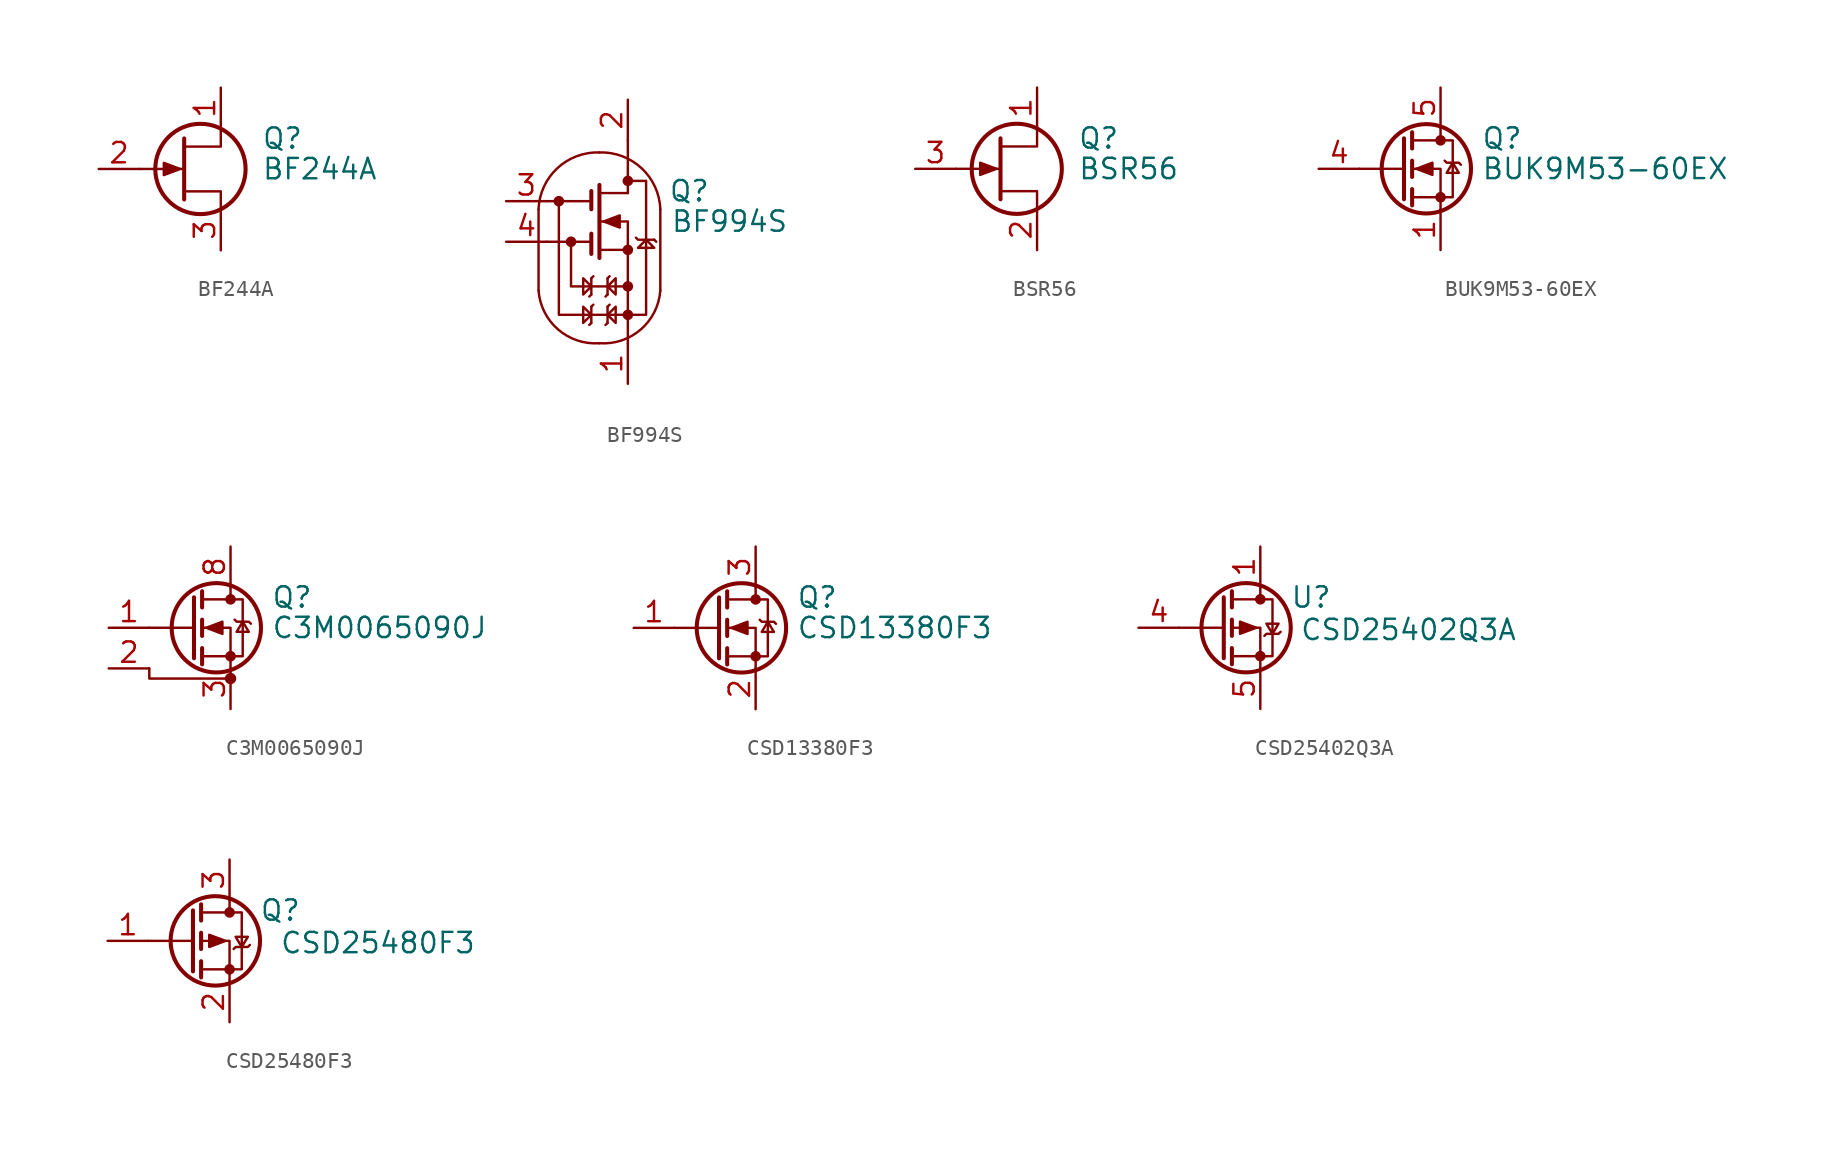
<source format=kicad_sym>
(kicad_symbol_lib
  (version 20231120)
  (generator "kicad_symbol_editor")
  (generator_version "8.0")
  (symbol "BF244A"
    (pin_names hide)
    (property "Reference" "Q"
      (at 5.08 1.905 0)
      (effects (font (size 1.27 1.27)) (justify left)))
    (property "Value" "BF244A"
      (at 5.08 0 0)
      (effects (font (size 1.27 1.27)) (justify left)))
    (symbol "BF244A_0_1"
      (polyline (pts (xy 0.254 0) (xy -2.54 0)) (stroke (width 0) (type default)) (fill (type none)))
      (polyline (pts (xy 0.254 1.905) (xy 0.254 -1.905)) (stroke (width 0.254) (type default)) (fill (type none)))
      (polyline (pts (xy 2.54 -2.54) (xy 2.54 -1.397) (xy 0.254 -1.397)) (stroke (width 0) (type default)) (fill (type none)))
      (polyline (pts (xy 2.54 2.54) (xy 2.54 1.397) (xy 0.254 1.397)) (stroke (width 0) (type default)) (fill (type none)))
      (polyline (pts (xy 0 0) (xy -1.016 0.381) (xy -1.016 -0.381) (xy 0 0)) (stroke (width 0) (type default)) (fill (type outline)))
      (circle (center 1.27 0) (radius 2.819) (stroke (width 0.254) (type default)) (fill (type none))))
    (symbol "BF244A_1_1"
      (pin passive line (at 2.54 5.08 270) (length 2.54) (name "D" (effects (font (size 1.27 1.27)))) (number "1" (effects (font (size 1.27 1.27)))))
      (pin input line (at -5.08 0 0) (length 2.54) (name "G" (effects (font (size 1.27 1.27)))) (number "2" (effects (font (size 1.27 1.27)))))
      (pin passive line (at 2.54 -5.08 90) (length 2.54) (name "S" (effects (font (size 1.27 1.27)))) (number "3" (effects (font (size 1.27 1.27)))))))
  (symbol "BF994S"
    (pin_names hide)
    (property "Reference" "Q"
      (at 5.08 3.175 0)
      (effects (font (size 1.27 1.27)) (justify left)))
    (property "Value" "BF994S"
      (at 5.207 1.27 0)
      (effects (font (size 1.27 1.27)) (justify left)))
    (symbol "BF994S_0_1"
      (circle (center -1.778 2.54) (radius 0.254) (stroke (width 0) (type default)) (fill (type outline)))
      (circle (center -1.016 0) (radius 0.254) (stroke (width 0) (type default)) (fill (type outline)))
      (polyline (pts (xy 0.254 -5.08) (xy 0.127 -5.207)) (stroke (width 0) (type default)) (fill (type none)))
      (polyline (pts (xy 0.254 -4.064) (xy 0.254 -5.08)) (stroke (width 0) (type default)) (fill (type none)))
      (polyline (pts (xy 0.254 -3.302) (xy 0.127 -3.429)) (stroke (width 0) (type default)) (fill (type none)))
      (polyline (pts (xy 0.254 -2.286) (xy 0.254 -3.302)) (stroke (width 0) (type default)) (fill (type none)))
      (polyline (pts (xy 0.254 0) (xy -2.54 0)) (stroke (width 0) (type default)) (fill (type none)))
      (polyline (pts (xy 0.254 0.508) (xy 0.254 -0.762)) (stroke (width 0.254) (type default)) (fill (type none)))
      (polyline (pts (xy 0.254 2.54) (xy -2.54 2.54)) (stroke (width 0) (type default)) (fill (type none)))
      (polyline (pts (xy 0.254 3.175) (xy 0.254 2.032)) (stroke (width 0.254) (type default)) (fill (type none)))
      (polyline (pts (xy 0.381 -3.937) (xy 0.254 -4.064)) (stroke (width 0) (type default)) (fill (type none)))
      (polyline (pts (xy 0.381 -2.159) (xy 0.254 -2.286)) (stroke (width 0) (type default)) (fill (type none)))
      (polyline (pts (xy 0.762 -0.508) (xy 2.54 -0.508)) (stroke (width 0) (type default)) (fill (type none)))
      (polyline (pts (xy 0.762 3.048) (xy 2.54 3.048)) (stroke (width 0) (type default)) (fill (type none)))
      (polyline (pts (xy 0.762 3.556) (xy 0.762 -1.016)) (stroke (width 0.254) (type default)) (fill (type none)))
      (polyline (pts (xy 1.27 -5.08) (xy 1.143 -5.207)) (stroke (width 0) (type default)) (fill (type none)))
      (polyline (pts (xy 1.27 -4.064) (xy 1.27 -5.08)) (stroke (width 0) (type default)) (fill (type none)))
      (polyline (pts (xy 1.27 -3.302) (xy 1.143 -3.429)) (stroke (width 0) (type default)) (fill (type none)))
      (polyline (pts (xy 1.27 -2.286) (xy 1.27 -3.302)) (stroke (width 0) (type default)) (fill (type none)))
      (polyline (pts (xy 1.397 -3.937) (xy 1.27 -4.064)) (stroke (width 0) (type default)) (fill (type none)))
      (polyline (pts (xy 1.397 -2.159) (xy 1.27 -2.286)) (stroke (width 0) (type default)) (fill (type none)))
      (polyline (pts (xy 2.54 6.35) (xy 2.54 3.048)) (stroke (width 0) (type default)) (fill (type none)))
      (polyline (pts (xy 4.191 0.127) (xy 4.318 0)) (stroke (width 0) (type default)) (fill (type none)))
      (polyline (pts (xy 2.54 -6.35) (xy 2.54 1.27) (xy 0.762 1.27)) (stroke (width 0) (type default)) (fill (type none)))
      (polyline (pts (xy 2.54 -2.794) (xy -1.016 -2.794) (xy -1.016 0)) (stroke (width 0) (type default)) (fill (type none)))
      (polyline (pts (xy 4.191 0.127) (xy 3.175 0.127) (xy 3.048 0.254)) (stroke (width 0) (type default)) (fill (type none)))
      (polyline (pts (xy 0.254 -4.572) (xy -0.254 -4.064) (xy -0.254 -5.08) (xy 0.254 -4.572)) (stroke (width 0) (type default)) (fill (type none)))
      (polyline (pts (xy 0.254 -2.794) (xy -0.254 -2.286) (xy -0.254 -3.302) (xy 0.254 -2.794)) (stroke (width 0) (type default)) (fill (type none)))
      (polyline (pts (xy 1.016 1.27) (xy 2.032 1.651) (xy 2.032 0.889) (xy 1.016 1.27)) (stroke (width 0) (type default)) (fill (type outline)))
      (polyline (pts (xy 1.27 -4.572) (xy 1.778 -4.064) (xy 1.778 -5.08) (xy 1.27 -4.572)) (stroke (width 0) (type default)) (fill (type none)))
      (polyline (pts (xy 1.27 -2.794) (xy 1.778 -2.286) (xy 1.778 -3.302) (xy 1.27 -2.794)) (stroke (width 0) (type default)) (fill (type none)))
      (polyline (pts (xy 2.794 -4.572) (xy 3.683 -4.572) (xy 3.683 3.81) (xy 2.794 3.81)) (stroke (width 0) (type default)) (fill (type none)))
      (polyline (pts (xy 3.683 0.127) (xy 4.191 -0.381) (xy 3.175 -0.381) (xy 3.683 0.127)) (stroke (width 0) (type default)) (fill (type none)))
      (circle (center 2.54 -4.572) (radius 0.254) (stroke (width 0) (type default)) (fill (type outline)))
      (circle (center 2.54 -2.794) (radius 0.254) (stroke (width 0) (type default)) (fill (type outline)))
      (circle (center 2.54 -0.508) (radius 0.254) (stroke (width 0) (type default)) (fill (type outline)))
      (circle (center 2.54 3.81) (radius 0.254) (stroke (width 0) (type default)) (fill (type outline))))
    (symbol "BF994S_1_1"
      (arc (start -3.048 -3.048) (mid -1.8266 -5.4878) (end 0.762 -6.35) (stroke (width 0) (type default)) (fill (type none)))
      (polyline (pts (xy -3.048 -3.048) (xy -3.048 2.032)) (stroke (width 0) (type default)) (fill (type none)))
      (polyline (pts (xy 4.572 2.032) (xy 4.572 -3.048)) (stroke (width 0) (type default)) (fill (type none)))
      (polyline (pts (xy 2.54 -4.572) (xy -1.778 -4.572) (xy -1.778 2.54)) (stroke (width 0) (type default)) (fill (type none)))
      (arc (start 0.762 -6.35) (mid 3.3505 -5.4877) (end 4.572 -3.048) (stroke (width 0) (type default)) (fill (type none)))
      (arc (start 0.762 5.588) (mid -1.8782 4.5977) (end -3.048 2.032) (stroke (width 0) (type default)) (fill (type none)))
      (arc (start 4.572 2.032) (mid 3.4031 4.5987) (end 0.762 5.588) (stroke (width 0) (type default)) (fill (type none)))
      (pin passive line (at 2.54 -8.89 90) (length 2.54) (name "S" (effects (font (size 1.27 1.27)))) (number "1" (effects (font (size 1.27 1.27)))))
      (pin passive line (at 2.54 8.89 270) (length 2.54) (name "D" (effects (font (size 1.27 1.27)))) (number "2" (effects (font (size 1.27 1.27)))))
      (pin input line (at -5.08 2.54 0) (length 2.54) (name "G2" (effects (font (size 1.27 1.27)))) (number "3" (effects (font (size 1.27 1.27)))))
      (pin input line (at -5.08 0 0) (length 2.54) (name "G1" (effects (font (size 1.27 1.27)))) (number "4" (effects (font (size 1.27 1.27)))))))
  (symbol "BSR56"
    (pin_names hide)
    (property "Reference" "Q"
      (at 5.08 1.905 0)
      (effects (font (size 1.27 1.27)) (justify left)))
    (property "Value" "BSR56"
      (at 5.08 0 0)
      (effects (font (size 1.27 1.27)) (justify left)))
    (symbol "BSR56_0_1"
      (polyline (pts (xy 0.254 0) (xy -2.54 0)) (stroke (width 0) (type default)) (fill (type none)))
      (polyline (pts (xy 0.254 1.905) (xy 0.254 -1.905)) (stroke (width 0.254) (type default)) (fill (type none)))
      (polyline (pts (xy 2.54 -2.54) (xy 2.54 -1.397) (xy 0.254 -1.397)) (stroke (width 0) (type default)) (fill (type none)))
      (polyline (pts (xy 2.54 2.54) (xy 2.54 1.397) (xy 0.254 1.397)) (stroke (width 0) (type default)) (fill (type none)))
      (polyline (pts (xy 0 0) (xy -1.016 0.381) (xy -1.016 -0.381) (xy 0 0)) (stroke (width 0) (type default)) (fill (type outline)))
      (circle (center 1.27 0) (radius 2.819) (stroke (width 0.254) (type default)) (fill (type none))))
    (symbol "BSR56_1_1"
      (pin passive line (at 2.54 5.08 270) (length 2.54) (name "D" (effects (font (size 1.27 1.27)))) (number "1" (effects (font (size 1.27 1.27)))))
      (pin passive line (at 2.54 -5.08 90) (length 2.54) (name "S" (effects (font (size 1.27 1.27)))) (number "2" (effects (font (size 1.27 1.27)))))
      (pin input line (at -5.08 0 0) (length 2.54) (name "G" (effects (font (size 1.27 1.27)))) (number "3" (effects (font (size 1.27 1.27)))))))
  (symbol "BUK9M53-60EX"
    (pin_names hide)
    (property "Reference" "Q"
      (at 5.08 1.905 0)
      (effects (font (size 1.27 1.27)) (justify left)))
    (property "Value" "BUK9M53-60EX"
      (at 5.08 0 0)
      (effects (font (size 1.27 1.27)) (justify left)))
    (symbol "BUK9M53-60EX_0_1"
      (polyline (pts (xy 0.254 0) (xy -2.54 0)) (stroke (width 0) (type default)) (fill (type none)))
      (polyline (pts (xy 0.254 1.905) (xy 0.254 -1.905)) (stroke (width 0.254) (type default)) (fill (type none)))
      (polyline (pts (xy 0.762 -1.27) (xy 0.762 -2.286)) (stroke (width 0.254) (type default)) (fill (type none)))
      (polyline (pts (xy 0.762 0.508) (xy 0.762 -0.508)) (stroke (width 0.254) (type default)) (fill (type none)))
      (polyline (pts (xy 0.762 2.286) (xy 0.762 1.27)) (stroke (width 0.254) (type default)) (fill (type none)))
      (polyline (pts (xy 2.54 2.54) (xy 2.54 1.778)) (stroke (width 0) (type default)) (fill (type none)))
      (polyline (pts (xy 2.54 -2.54) (xy 2.54 0) (xy 0.762 0)) (stroke (width 0) (type default)) (fill (type none)))
      (polyline (pts (xy 0.762 -1.778) (xy 3.302 -1.778) (xy 3.302 1.778) (xy 0.762 1.778)) (stroke (width 0) (type default)) (fill (type none)))
      (polyline (pts (xy 1.016 0) (xy 2.032 0.381) (xy 2.032 -0.381) (xy 1.016 0)) (stroke (width 0) (type default)) (fill (type outline)))
      (polyline (pts (xy 2.794 0.508) (xy 2.921 0.381) (xy 3.683 0.381) (xy 3.81 0.254)) (stroke (width 0) (type default)) (fill (type none)))
      (polyline (pts (xy 3.302 0.381) (xy 2.921 -0.254) (xy 3.683 -0.254) (xy 3.302 0.381)) (stroke (width 0) (type default)) (fill (type none)))
      (circle (center 1.651 0) (radius 2.794) (stroke (width 0.254) (type default)) (fill (type none)))
      (circle (center 2.54 -1.778) (radius 0.254) (stroke (width 0) (type default)) (fill (type outline)))
      (circle (center 2.54 1.778) (radius 0.254) (stroke (width 0) (type default)) (fill (type outline))))
    (symbol "BUK9M53-60EX_1_1"
      (pin passive line (at 2.54 -5.08 90) (length 2.54) (name "S" (effects (font (size 1.27 1.27)))) (number "1" (effects (font (size 1.27 1.27)))))
      (pin passive line (at 2.54 -5.08 90) (length 2.54) hide (name "S" (effects (font (size 1.27 1.27)))) (number "2" (effects (font (size 1.27 1.27)))))
      (pin passive line (at 2.54 -5.08 90) (length 2.54) hide (name "S" (effects (font (size 1.27 1.27)))) (number "3" (effects (font (size 1.27 1.27)))))
      (pin passive line (at -5.08 0 0) (length 2.54) (name "G" (effects (font (size 1.27 1.27)))) (number "4" (effects (font (size 1.27 1.27)))))
      (pin passive line (at 2.54 5.08 270) (length 2.54) (name "D" (effects (font (size 1.27 1.27)))) (number "5" (effects (font (size 1.27 1.27)))))))
  (symbol "C3M0065090J"
    (pin_names hide)
    (property "Reference" "Q"
      (at 5.08 1.905 0)
      (effects (font (size 1.27 1.27)) (justify left)))
    (property "Value" "C3M0065090J"
      (at 5.08 0 0)
      (effects (font (size 1.27 1.27)) (justify left)))
    (symbol "C3M0065090J_0_1"
      (polyline (pts (xy 0.254 0) (xy -2.54 0)) (stroke (width 0) (type default)) (fill (type none)))
      (polyline (pts (xy 0.254 1.905) (xy 0.254 -1.905)) (stroke (width 0.254) (type default)) (fill (type none)))
      (polyline (pts (xy 0.762 -1.27) (xy 0.762 -2.286)) (stroke (width 0.254) (type default)) (fill (type none)))
      (polyline (pts (xy 0.762 0.508) (xy 0.762 -0.508)) (stroke (width 0.254) (type default)) (fill (type none)))
      (polyline (pts (xy 0.762 2.286) (xy 0.762 1.27)) (stroke (width 0.254) (type default)) (fill (type none)))
      (polyline (pts (xy 2.54 2.54) (xy 2.54 1.778)) (stroke (width 0) (type default)) (fill (type none)))
      (polyline (pts (xy -2.54 -2.54) (xy -2.54 -3.175) (xy 2.54 -3.175)) (stroke (width 0) (type default)) (fill (type none)))
      (polyline (pts (xy 2.54 -2.54) (xy 2.54 0) (xy 0.762 0)) (stroke (width 0) (type default)) (fill (type none)))
      (polyline (pts (xy 0.762 -1.778) (xy 3.302 -1.778) (xy 3.302 1.778) (xy 0.762 1.778)) (stroke (width 0) (type default)) (fill (type none)))
      (polyline (pts (xy 1.016 0) (xy 2.032 0.381) (xy 2.032 -0.381) (xy 1.016 0)) (stroke (width 0) (type default)) (fill (type outline)))
      (polyline (pts (xy 2.794 0.508) (xy 2.921 0.381) (xy 3.683 0.381) (xy 3.81 0.254)) (stroke (width 0) (type default)) (fill (type none)))
      (polyline (pts (xy 3.302 0.381) (xy 2.921 -0.254) (xy 3.683 -0.254) (xy 3.302 0.381)) (stroke (width 0) (type default)) (fill (type none)))
      (circle (center 1.651 0) (radius 2.794) (stroke (width 0.254) (type default)) (fill (type none)))
      (circle (center 2.54 -3.175) (radius 0.279) (stroke (width 0) (type default)) (fill (type outline)))
      (circle (center 2.54 -1.778) (radius 0.254) (stroke (width 0) (type default)) (fill (type outline)))
      (circle (center 2.54 1.778) (radius 0.254) (stroke (width 0) (type default)) (fill (type outline))))
    (symbol "C3M0065090J_1_1"
      (pin input line (at -5.08 0 0) (length 2.54) (name "G" (effects (font (size 1.27 1.27)))) (number "1" (effects (font (size 1.27 1.27)))))
      (pin passive line (at -5.08 -2.54 0) (length 2.54) (name "DS" (effects (font (size 1.27 1.27)))) (number "2" (effects (font (size 1.27 1.27)))))
      (pin passive line (at 2.54 -5.08 90) (length 2.54) (name "S" (effects (font (size 1.27 1.27)))) (number "3" (effects (font (size 1.27 1.27)))))
      (pin passive line (at 2.54 -5.08 90) (length 2.54) hide (name "S" (effects (font (size 1.27 1.27)))) (number "4" (effects (font (size 1.27 1.27)))))
      (pin passive line (at 2.54 -5.08 90) (length 2.54) hide (name "S" (effects (font (size 1.27 1.27)))) (number "5" (effects (font (size 1.27 1.27)))))
      (pin passive line (at 2.54 -5.08 90) (length 2.54) hide (name "S" (effects (font (size 1.27 1.27)))) (number "6" (effects (font (size 1.27 1.27)))))
      (pin passive line (at 2.54 -5.08 90) (length 2.54) hide (name "S" (effects (font (size 1.27 1.27)))) (number "7" (effects (font (size 1.27 1.27)))))
      (pin passive line (at 2.54 5.08 270) (length 2.54) (name "D" (effects (font (size 1.27 1.27)))) (number "8" (effects (font (size 1.27 1.27)))))))
  (symbol "CSD13380F3"
    (pin_names hide)
    (property "Reference" "Q"
      (at 5.08 1.905 0)
      (effects (font (size 1.27 1.27)) (justify left)))
    (property "Value" "CSD13380F3"
      (at 5.08 0 0)
      (effects (font (size 1.27 1.27)) (justify left)))
    (symbol "CSD13380F3_1_1"
      (polyline (pts (xy 0.254 -1.905) (xy 0.254 1.905)) (stroke (width 0.254) (type default)) (fill (type none)))
      (polyline (pts (xy 0.254 0) (xy -2.54 0)) (stroke (width 0) (type default)) (fill (type none)))
      (polyline (pts (xy 0.762 -2.286) (xy 0.762 -1.27)) (stroke (width 0.254) (type default)) (fill (type none)))
      (polyline (pts (xy 0.762 -0.508) (xy 0.762 0.508)) (stroke (width 0.254) (type default)) (fill (type none)))
      (polyline (pts (xy 0.762 1.27) (xy 0.762 2.286)) (stroke (width 0.254) (type default)) (fill (type none)))
      (polyline (pts (xy 2.54 1.905) (xy 2.54 2.54)) (stroke (width 0) (type default)) (fill (type none)))
      (polyline (pts (xy 2.54 -2.54) (xy 2.54 0) (xy 0.762 0)) (stroke (width 0) (type default)) (fill (type none)))
      (polyline (pts (xy 0.762 1.778) (xy 3.302 1.778) (xy 3.302 -1.778) (xy 0.762 -1.778)) (stroke (width 0) (type default)) (fill (type none)))
      (polyline (pts (xy 1.016 0) (xy 2.032 -0.381) (xy 2.032 0.381) (xy 1.016 0)) (stroke (width 0) (type default)) (fill (type outline)))
      (polyline (pts (xy 2.794 0.508) (xy 2.921 0.381) (xy 3.683 0.381) (xy 3.81 0.254)) (stroke (width 0) (type default)) (fill (type none)))
      (polyline (pts (xy 3.302 0.381) (xy 2.921 -0.254) (xy 3.683 -0.254) (xy 3.302 0.381)) (stroke (width 0) (type default)) (fill (type none)))
      (circle (center 1.651 0) (radius 2.794) (stroke (width 0.254) (type default)) (fill (type none)))
      (circle (center 2.54 -1.778) (radius 0.254) (stroke (width 0) (type default)) (fill (type outline)))
      (circle (center 2.54 1.778) (radius 0.254) (stroke (width 0) (type default)) (fill (type outline)))
      (pin input line (at -5.08 0 0) (length 2.54) (name "G" (effects (font (size 1.27 1.27)))) (number "1" (effects (font (size 1.27 1.27)))))
      (pin passive line (at 2.54 -5.08 90) (length 2.54) (name "S" (effects (font (size 1.27 1.27)))) (number "2" (effects (font (size 1.27 1.27)))))
      (pin passive line (at 2.54 5.08 270) (length 2.54) (name "D" (effects (font (size 1.27 1.27)))) (number "3" (effects (font (size 1.27 1.27)))))))
  (symbol "CSD25402Q3A"
    (pin_names hide)
    (property "Reference" "U"
      (at 5.715 1.905 0)
      (effects (font (size 1.27 1.27))))
    (property "Value" "CSD25402Q3A"
      (at 11.811 -0.127 0)
      (effects (font (size 1.27 1.27))))
    (symbol "CSD25402Q3A_0_1"
      (polyline (pts (xy 0.254 0) (xy -2.54 0)) (stroke (width 0) (type default)) (fill (type none)))
      (polyline (pts (xy 0.254 1.905) (xy 0.254 -1.905)) (stroke (width 0.254) (type default)) (fill (type none)))
      (polyline (pts (xy 0.762 -1.27) (xy 0.762 -2.286)) (stroke (width 0.254) (type default)) (fill (type none)))
      (polyline (pts (xy 0.762 0.508) (xy 0.762 -0.508)) (stroke (width 0.254) (type default)) (fill (type none)))
      (polyline (pts (xy 0.762 2.286) (xy 0.762 1.27)) (stroke (width 0.254) (type default)) (fill (type none)))
      (polyline (pts (xy 2.54 2.54) (xy 2.54 1.778)) (stroke (width 0) (type default)) (fill (type none)))
      (polyline (pts (xy 2.54 -2.54) (xy 2.54 0) (xy 0.762 0)) (stroke (width 0) (type default)) (fill (type none)))
      (polyline (pts (xy 0.762 1.778) (xy 3.302 1.778) (xy 3.302 -1.778) (xy 0.762 -1.778)) (stroke (width 0) (type default)) (fill (type none)))
      (polyline (pts (xy 2.286 0) (xy 1.27 0.381) (xy 1.27 -0.381) (xy 2.286 0)) (stroke (width 0) (type default)) (fill (type outline)))
      (polyline (pts (xy 2.794 -0.508) (xy 2.921 -0.381) (xy 3.683 -0.381) (xy 3.81 -0.254)) (stroke (width 0) (type default)) (fill (type none)))
      (polyline (pts (xy 3.302 -0.381) (xy 2.921 0.254) (xy 3.683 0.254) (xy 3.302 -0.381)) (stroke (width 0) (type default)) (fill (type none)))
      (circle (center 1.651 0) (radius 2.794) (stroke (width 0.254) (type default)) (fill (type none)))
      (circle (center 2.54 -1.778) (radius 0.254) (stroke (width 0) (type default)) (fill (type outline)))
      (circle (center 2.54 1.778) (radius 0.254) (stroke (width 0) (type default)) (fill (type outline))))
    (symbol "CSD25402Q3A_1_1"
      (pin passive line (at 2.54 5.08 270) (length 2.54) (name "D" (effects (font (size 1.27 1.27)))) (number "1" (effects (font (size 1.27 1.27)))))
      (pin passive line (at 2.54 5.08 270) (length 2.54) hide (name "D" (effects (font (size 1.27 1.27)))) (number "2" (effects (font (size 1.27 1.27)))))
      (pin passive line (at 2.54 5.08 270) (length 2.54) hide (name "D" (effects (font (size 1.27 1.27)))) (number "3" (effects (font (size 1.27 1.27)))))
      (pin input line (at -5.08 0 0) (length 2.54) (name "G" (effects (font (size 1.27 1.27)))) (number "4" (effects (font (size 1.27 1.27)))))
      (pin passive line (at 2.54 -5.08 90) (length 2.54) (name "S" (effects (font (size 1.27 1.27)))) (number "5" (effects (font (size 1.27 1.27)))))))
  (symbol "CSD25480F3"
    (pin_names hide)
    (property "Reference" "Q"
      (at 5.715 1.905 0)
      (effects (font (size 1.27 1.27))))
    (property "Value" "CSD25480F3"
      (at 11.811 -0.127 0)
      (effects (font (size 1.27 1.27))))
    (symbol "CSD25480F3_0_1"
      (polyline (pts (xy 0.254 0) (xy -2.54 0)) (stroke (width 0) (type default)) (fill (type none)))
      (polyline (pts (xy 0.254 1.905) (xy 0.254 -1.905)) (stroke (width 0.254) (type default)) (fill (type none)))
      (polyline (pts (xy 0.762 -1.27) (xy 0.762 -2.286)) (stroke (width 0.254) (type default)) (fill (type none)))
      (polyline (pts (xy 0.762 0.508) (xy 0.762 -0.508)) (stroke (width 0.254) (type default)) (fill (type none)))
      (polyline (pts (xy 0.762 2.286) (xy 0.762 1.27)) (stroke (width 0.254) (type default)) (fill (type none)))
      (polyline (pts (xy 2.54 2.54) (xy 2.54 1.778)) (stroke (width 0) (type default)) (fill (type none)))
      (polyline (pts (xy 2.54 -2.54) (xy 2.54 0) (xy 0.762 0)) (stroke (width 0) (type default)) (fill (type none)))
      (polyline (pts (xy 0.762 1.778) (xy 3.302 1.778) (xy 3.302 -1.778) (xy 0.762 -1.778)) (stroke (width 0) (type default)) (fill (type none)))
      (polyline (pts (xy 2.286 0) (xy 1.27 0.381) (xy 1.27 -0.381) (xy 2.286 0)) (stroke (width 0) (type default)) (fill (type outline)))
      (polyline (pts (xy 2.794 -0.508) (xy 2.921 -0.381) (xy 3.683 -0.381) (xy 3.81 -0.254)) (stroke (width 0) (type default)) (fill (type none)))
      (polyline (pts (xy 3.302 -0.381) (xy 2.921 0.254) (xy 3.683 0.254) (xy 3.302 -0.381)) (stroke (width 0) (type default)) (fill (type none)))
      (circle (center 1.651 0) (radius 2.794) (stroke (width 0.254) (type default)) (fill (type none)))
      (circle (center 2.54 -1.778) (radius 0.254) (stroke (width 0) (type default)) (fill (type outline)))
      (circle (center 2.54 1.778) (radius 0.254) (stroke (width 0) (type default)) (fill (type outline))))
    (symbol "CSD25480F3_1_1"
      (pin input line (at -5.08 0 0) (length 2.54) (name "G" (effects (font (size 1.27 1.27)))) (number "1" (effects (font (size 1.27 1.27)))))
      (pin passive line (at 2.54 -5.08 90) (length 2.54) (name "S" (effects (font (size 1.27 1.27)))) (number "2" (effects (font (size 1.27 1.27)))))
      (pin passive line (at 2.54 5.08 270) (length 2.54) (name "D" (effects (font (size 1.27 1.27)))) (number "3" (effects (font (size 1.27 1.27))))))))
</source>
